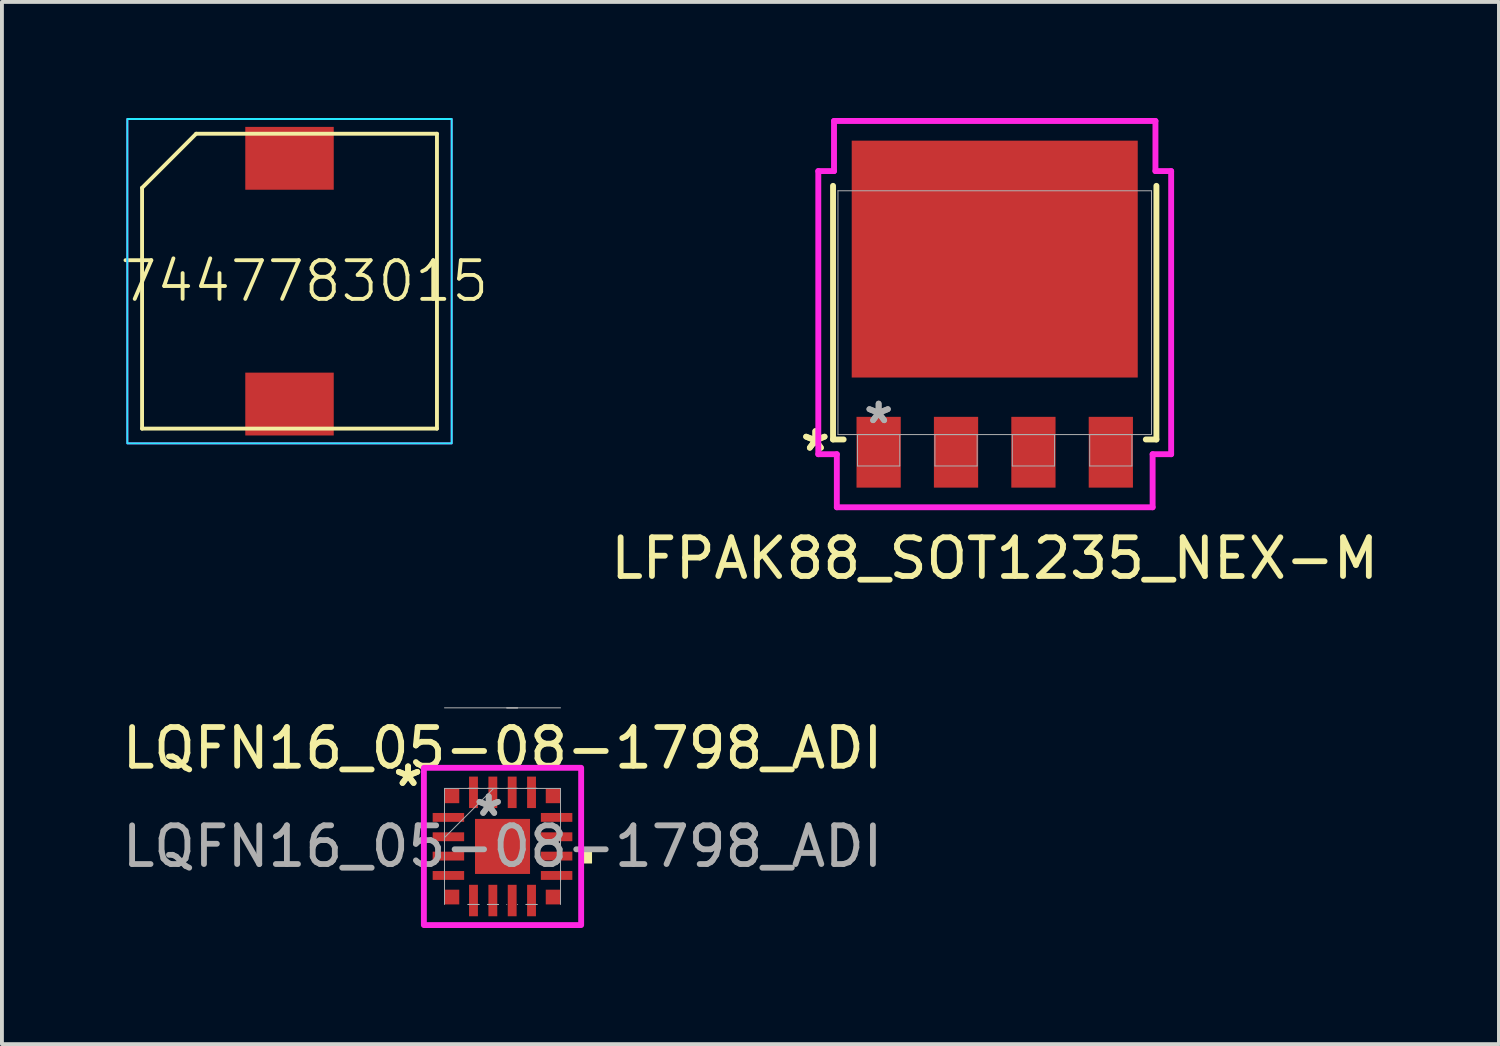
<source format=kicad_pcb>
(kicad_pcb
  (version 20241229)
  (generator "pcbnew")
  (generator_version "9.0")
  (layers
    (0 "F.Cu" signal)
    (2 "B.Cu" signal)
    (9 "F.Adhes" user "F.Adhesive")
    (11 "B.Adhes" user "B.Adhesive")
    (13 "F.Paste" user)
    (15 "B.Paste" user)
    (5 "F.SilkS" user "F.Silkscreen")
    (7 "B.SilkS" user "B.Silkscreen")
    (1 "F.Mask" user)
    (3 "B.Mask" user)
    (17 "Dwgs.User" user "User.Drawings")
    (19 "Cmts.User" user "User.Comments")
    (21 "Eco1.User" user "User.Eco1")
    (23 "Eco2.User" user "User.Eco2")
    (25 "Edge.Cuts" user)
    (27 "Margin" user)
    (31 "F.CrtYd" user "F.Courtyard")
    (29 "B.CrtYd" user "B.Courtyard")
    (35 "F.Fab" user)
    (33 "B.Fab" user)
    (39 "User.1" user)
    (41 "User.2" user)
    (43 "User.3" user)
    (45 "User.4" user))
  (footprint "LFPAK88_SOT1235_NEX-M"
    (layer "F.Cu")
    (at 22.654 5.029)
    (property "Reference" "LFPAK88_SOT1235_NEX-M" (at 0 6.35 0) (unlocked yes) (layer "F.SilkS") (effects (font (size 1 1) (thickness 0.15))))
    (attr smd)
    (fp_line (start -4.178 -3.277) (end -4.178 3.277) (stroke (width 0.152) (type solid)) (layer "F.SilkS"))
    (fp_line (start -4.178 3.277) (end -3.904 3.277) (stroke (width 0.152) (type solid)) (layer "F.SilkS"))
    (fp_line (start 3.904 3.277) (end 4.178 3.277) (stroke (width 0.152) (type solid)) (layer "F.SilkS"))
    (fp_line (start 4.178 3.277) (end 4.178 -3.277) (stroke (width 0.152) (type solid)) (layer "F.SilkS"))
    (fp_line (start -4.559 -3.658) (end -4.153 -3.658) (stroke (width 0.152) (type solid)) (layer "F.CrtYd"))
    (fp_line (start -4.559 3.658) (end -4.559 -3.658) (stroke (width 0.152) (type solid)) (layer "F.CrtYd"))
    (fp_line (start -4.153 -4.953) (end 4.153 -4.953) (stroke (width 0.152) (type solid)) (layer "F.CrtYd"))
    (fp_line (start -4.153 -3.658) (end -4.153 -4.953) (stroke (width 0.152) (type solid)) (layer "F.CrtYd"))
    (fp_line (start -4.08 3.658) (end -4.559 3.658) (stroke (width 0.152) (type solid)) (layer "F.CrtYd"))
    (fp_line (start -4.08 5.029) (end -4.08 3.658) (stroke (width 0.152) (type solid)) (layer "F.CrtYd"))
    (fp_line (start 4.08 3.658) (end 4.08 5.029) (stroke (width 0.152) (type solid)) (layer "F.CrtYd"))
    (fp_line (start 4.08 5.029) (end -4.08 5.029) (stroke (width 0.152) (type solid)) (layer "F.CrtYd"))
    (fp_line (start 4.153 -4.953) (end 4.153 -3.658) (stroke (width 0.152) (type solid)) (layer "F.CrtYd"))
    (fp_line (start 4.153 -3.658) (end 4.559 -3.658) (stroke (width 0.152) (type solid)) (layer "F.CrtYd"))
    (fp_line (start 4.559 -3.658) (end 4.559 3.658) (stroke (width 0.152) (type solid)) (layer "F.CrtYd"))
    (fp_line (start 4.559 3.658) (end 4.08 3.658) (stroke (width 0.152) (type solid)) (layer "F.CrtYd"))
    (fp_line (start -4.051 -3.15) (end -4.051 3.15) (stroke (width 0.025) (type solid)) (layer "F.Fab"))
    (fp_line (start -4.051 3.15) (end 4.051 3.15) (stroke (width 0.025) (type solid)) (layer "F.Fab"))
    (fp_line (start -3.546 3.15) (end -3.546 3.962) (stroke (width 0.025) (type solid)) (layer "F.Fab"))
    (fp_line (start -3.546 3.962) (end -2.454 3.962) (stroke (width 0.025) (type solid)) (layer "F.Fab"))
    (fp_line (start -2.454 3.15) (end -3.546 3.15) (stroke (width 0.025) (type solid)) (layer "F.Fab"))
    (fp_line (start -2.454 3.962) (end -2.454 3.15) (stroke (width 0.025) (type solid)) (layer "F.Fab"))
    (fp_line (start -1.546 3.15) (end -1.546 3.962) (stroke (width 0.025) (type solid)) (layer "F.Fab"))
    (fp_line (start -1.546 3.962) (end -0.454 3.962) (stroke (width 0.025) (type solid)) (layer "F.Fab"))
    (fp_line (start -0.454 3.15) (end -1.546 3.15) (stroke (width 0.025) (type solid)) (layer "F.Fab"))
    (fp_line (start -0.454 3.962) (end -0.454 3.15) (stroke (width 0.025) (type solid)) (layer "F.Fab"))
    (fp_line (start 0.454 3.15) (end 0.454 3.962) (stroke (width 0.025) (type solid)) (layer "F.Fab"))
    (fp_line (start 0.454 3.962) (end 1.546 3.962) (stroke (width 0.025) (type solid)) (layer "F.Fab"))
    (fp_line (start 1.546 3.15) (end 0.454 3.15) (stroke (width 0.025) (type solid)) (layer "F.Fab"))
    (fp_line (start 1.546 3.962) (end 1.546 3.15) (stroke (width 0.025) (type solid)) (layer "F.Fab"))
    (fp_line (start 2.454 3.15) (end 2.454 3.962) (stroke (width 0.025) (type solid)) (layer "F.Fab"))
    (fp_line (start 2.454 3.962) (end 3.546 3.962) (stroke (width 0.025) (type solid)) (layer "F.Fab"))
    (fp_line (start 3.546 3.15) (end 2.454 3.15) (stroke (width 0.025) (type solid)) (layer "F.Fab"))
    (fp_line (start 3.546 3.962) (end 3.546 3.15) (stroke (width 0.025) (type solid)) (layer "F.Fab"))
    (fp_line (start 4.051 -3.15) (end -4.051 -3.15) (stroke (width 0.025) (type solid)) (layer "F.Fab"))
    (fp_line (start 4.051 3.15) (end 4.051 -3.15) (stroke (width 0.025) (type solid)) (layer "F.Fab"))
    (fp_text user "*" (at -4.635 3.607 0) (layer "F.SilkS") (effects (font (size 1 1) (thickness 0.15))))
    (fp_text user "*" (at -4.635 3.607 0) (unlocked yes) (layer "F.SilkS") (effects (font (size 1 1) (thickness 0.15))))
    (fp_text user "*" (at -3 2.896 0) (unlocked yes) (layer "F.Fab") (effects (font (size 1 1) (thickness 0.15))))
    (fp_text user "*" (at -3 2.896 0) (layer "F.Fab") (effects (font (size 1 1) (thickness 0.15))))
    (pad "1" smd rect (at -3 3.607) (size 1.143 1.829) (layers "F.Cu" "F.Mask" "F.Paste"))
    (pad "2" smd rect (at -1 3.607) (size 1.143 1.829) (layers "F.Cu" "F.Mask" "F.Paste"))
    (pad "3" smd rect (at 1 3.607) (size 1.143 1.829) (layers "F.Cu" "F.Mask" "F.Paste"))
    (pad "4" smd rect (at 3 3.607) (size 1.143 1.829) (layers "F.Cu" "F.Mask" "F.Paste"))
    (pad "5" smd rect (at 0 -1.384) (size 7.391 6.121) (layers "F.Cu" "F.Mask" "F.Paste")))
  (footprint "LQFN16_05-08-1798_ADI"
    (layer "F.Cu")
    (at 9.935 18.822)
    (property "Reference" "LQFN16_05-08-1798_ADI" (at 0 -2.54 0) (unlocked yes) (layer "F.SilkS") (effects (font (size 1 1) (thickness 0.15))))
    (attr smd)
    (fp_poly (pts (xy 2.313 0.059) (xy 2.313 0.441) (xy 2.059 0.441) (xy 2.059 0.059)) (stroke (width 0) (type solid)) (fill yes) (layer "F.SilkS"))
    (fp_rect (start -2.032 -2.032) (end 2.032 2.032) (stroke (width 0.152) (type default)) (fill no) (layer "F.CrtYd"))
    (fp_line (start -1.5 -0.89) (end -1.5 -0.61) (stroke (width 0.025) (type solid)) (layer "F.Fab"))
    (fp_line (start -1.5 -0.61) (end -1.499 -0.61) (stroke (width 0.025) (type solid)) (layer "F.Fab"))
    (fp_line (start -1.5 -0.39) (end -1.5 -0.11) (stroke (width 0.025) (type solid)) (layer "F.Fab"))
    (fp_line (start -1.5 -0.11) (end -1.499 -0.11) (stroke (width 0.025) (type solid)) (layer "F.Fab"))
    (fp_line (start -1.5 0.11) (end -1.5 0.39) (stroke (width 0.025) (type solid)) (layer "F.Fab"))
    (fp_line (start -1.5 0.39) (end -1.499 0.39) (stroke (width 0.025) (type solid)) (layer "F.Fab"))
    (fp_line (start -1.5 0.61) (end -1.5 0.89) (stroke (width 0.025) (type solid)) (layer "F.Fab"))
    (fp_line (start -1.5 0.89) (end -1.499 0.89) (stroke (width 0.025) (type solid)) (layer "F.Fab"))
    (fp_line (start -1.499 -3.581) (end 1.499 -3.581) (stroke (width 0.025) (type solid)) (layer "F.Fab"))
    (fp_line (start -1.499 -1.499) (end -1.499 1.499) (stroke (width 0.025) (type solid)) (layer "F.Fab"))
    (fp_line (start -1.499 -0.89) (end -1.5 -0.89) (stroke (width 0.025) (type solid)) (layer "F.Fab"))
    (fp_line (start -1.499 -0.61) (end -1.499 -0.89) (stroke (width 0.025) (type solid)) (layer "F.Fab"))
    (fp_line (start -1.499 -0.39) (end -1.5 -0.39) (stroke (width 0.025) (type solid)) (layer "F.Fab"))
    (fp_line (start -1.499 -0.229) (end -0.229 -1.499) (stroke (width 0.025) (type solid)) (layer "F.Fab"))
    (fp_line (start -1.499 -0.11) (end -1.499 -0.39) (stroke (width 0.025) (type solid)) (layer "F.Fab"))
    (fp_line (start -1.499 0.11) (end -1.5 0.11) (stroke (width 0.025) (type solid)) (layer "F.Fab"))
    (fp_line (start -1.499 0.39) (end -1.499 0.11) (stroke (width 0.025) (type solid)) (layer "F.Fab"))
    (fp_line (start -1.499 0.61) (end -1.5 0.61) (stroke (width 0.025) (type solid)) (layer "F.Fab"))
    (fp_line (start -1.499 0.89) (end -1.499 0.61) (stroke (width 0.025) (type solid)) (layer "F.Fab"))
    (fp_line (start -0.89 -1.5) (end -0.89 -1.499) (stroke (width 0.025) (type solid)) (layer "F.Fab"))
    (fp_line (start -0.89 -1.499) (end -0.61 -1.499) (stroke (width 0.025) (type solid)) (layer "F.Fab"))
    (fp_line (start -0.89 1.499) (end -0.89 1.5) (stroke (width 0.025) (type solid)) (layer "F.Fab"))
    (fp_line (start -0.89 1.5) (end -0.61 1.5) (stroke (width 0.025) (type solid)) (layer "F.Fab"))
    (fp_line (start -0.61 -1.5) (end -0.89 -1.5) (stroke (width 0.025) (type solid)) (layer "F.Fab"))
    (fp_line (start -0.61 -1.499) (end -0.61 -1.5) (stroke (width 0.025) (type solid)) (layer "F.Fab"))
    (fp_line (start -0.61 1.499) (end -0.89 1.499) (stroke (width 0.025) (type solid)) (layer "F.Fab"))
    (fp_line (start -0.61 1.5) (end -0.61 1.499) (stroke (width 0.025) (type solid)) (layer "F.Fab"))
    (fp_line (start -0.39 -1.5) (end -0.39 -1.499) (stroke (width 0.025) (type solid)) (layer "F.Fab"))
    (fp_line (start -0.39 -1.499) (end -0.11 -1.499) (stroke (width 0.025) (type solid)) (layer "F.Fab"))
    (fp_line (start -0.39 1.499) (end -0.39 1.5) (stroke (width 0.025) (type solid)) (layer "F.Fab"))
    (fp_line (start -0.39 1.5) (end -0.11 1.5) (stroke (width 0.025) (type solid)) (layer "F.Fab"))
    (fp_line (start -0.11 -1.5) (end -0.39 -1.5) (stroke (width 0.025) (type solid)) (layer "F.Fab"))
    (fp_line (start -0.11 -1.499) (end -0.11 -1.5) (stroke (width 0.025) (type solid)) (layer "F.Fab"))
    (fp_line (start -0.11 1.499) (end -0.39 1.499) (stroke (width 0.025) (type solid)) (layer "F.Fab"))
    (fp_line (start -0.11 1.5) (end -0.11 1.499) (stroke (width 0.025) (type solid)) (layer "F.Fab"))
    (fp_line (start 0.11 -3.58) (end 0.39 -3.58) (stroke (width 0.025) (type solid)) (layer "F.Fab"))
    (fp_line (start 0.11 -1.5) (end 0.11 -1.499) (stroke (width 0.025) (type solid)) (layer "F.Fab"))
    (fp_line (start 0.11 -1.499) (end 0.39 -1.499) (stroke (width 0.025) (type solid)) (layer "F.Fab"))
    (fp_line (start 0.11 1.499) (end 0.11 1.5) (stroke (width 0.025) (type solid)) (layer "F.Fab"))
    (fp_line (start 0.39 -3.581) (end 0.11 -3.581) (stroke (width 0.025) (type solid)) (layer "F.Fab"))
    (fp_line (start 0.39 -1.5) (end 0.11 -1.5) (stroke (width 0.025) (type solid)) (layer "F.Fab"))
    (fp_line (start 0.39 -1.499) (end 0.39 -1.5) (stroke (width 0.025) (type solid)) (layer "F.Fab"))
    (fp_line (start 0.39 1.5) (end 0.39 1.499) (stroke (width 0.025) (type solid)) (layer "F.Fab"))
    (fp_line (start 0.61 -1.5) (end 0.61 -1.499) (stroke (width 0.025) (type solid)) (layer "F.Fab"))
    (fp_line (start 0.61 -1.499) (end 0.89 -1.499) (stroke (width 0.025) (type solid)) (layer "F.Fab"))
    (fp_line (start 0.61 1.499) (end 0.61 1.5) (stroke (width 0.025) (type solid)) (layer "F.Fab"))
    (fp_line (start 0.61 1.5) (end 0.89 1.5) (stroke (width 0.025) (type solid)) (layer "F.Fab"))
    (fp_line (start 0.89 -1.5) (end 0.61 -1.5) (stroke (width 0.025) (type solid)) (layer "F.Fab"))
    (fp_line (start 0.89 -1.499) (end 0.89 -1.5) (stroke (width 0.025) (type solid)) (layer "F.Fab"))
    (fp_line (start 0.89 1.499) (end 0.61 1.499) (stroke (width 0.025) (type solid)) (layer "F.Fab"))
    (fp_line (start 0.89 1.5) (end 0.89 1.499) (stroke (width 0.025) (type solid)) (layer "F.Fab"))
    (fp_line (start 1.499 -1.499) (end -1.499 -1.499) (stroke (width 0.025) (type solid)) (layer "F.Fab"))
    (fp_line (start 1.499 -0.89) (end 1.499 -0.61) (stroke (width 0.025) (type solid)) (layer "F.Fab"))
    (fp_line (start 1.499 -0.61) (end 1.5 -0.61) (stroke (width 0.025) (type solid)) (layer "F.Fab"))
    (fp_line (start 1.499 -0.39) (end 1.499 -0.11) (stroke (width 0.025) (type solid)) (layer "F.Fab"))
    (fp_line (start 1.499 -0.11) (end 1.5 -0.11) (stroke (width 0.025) (type solid)) (layer "F.Fab"))
    (fp_line (start 1.499 0.11) (end 1.499 0.39) (stroke (width 0.025) (type solid)) (layer "F.Fab"))
    (fp_line (start 1.499 0.39) (end 1.5 0.39) (stroke (width 0.025) (type solid)) (layer "F.Fab"))
    (fp_line (start 1.499 0.61) (end 1.499 0.89) (stroke (width 0.025) (type solid)) (layer "F.Fab"))
    (fp_line (start 1.499 0.89) (end 1.5 0.89) (stroke (width 0.025) (type solid)) (layer "F.Fab"))
    (fp_line (start 1.499 1.499) (end 1.499 -1.499) (stroke (width 0.025) (type solid)) (layer "F.Fab"))
    (fp_line (start 1.5 -0.89) (end 1.499 -0.89) (stroke (width 0.025) (type solid)) (layer "F.Fab"))
    (fp_line (start 1.5 -0.61) (end 1.5 -0.89) (stroke (width 0.025) (type solid)) (layer "F.Fab"))
    (fp_line (start 1.5 -0.39) (end 1.499 -0.39) (stroke (width 0.025) (type solid)) (layer "F.Fab"))
    (fp_line (start 1.5 -0.11) (end 1.5 -0.39) (stroke (width 0.025) (type solid)) (layer "F.Fab"))
    (fp_line (start 1.5 0.11) (end 1.499 0.11) (stroke (width 0.025) (type solid)) (layer "F.Fab"))
    (fp_line (start 1.5 0.39) (end 1.5 0.11) (stroke (width 0.025) (type solid)) (layer "F.Fab"))
    (fp_line (start 1.5 0.61) (end 1.499 0.61) (stroke (width 0.025) (type solid)) (layer "F.Fab"))
    (fp_line (start 1.5 0.89) (end 1.5 0.61) (stroke (width 0.025) (type solid)) (layer "F.Fab"))
    (fp_text user "*" (at -2.44 -1.524 0) (layer "F.SilkS") (effects (font (size 1 1) (thickness 0.15))))
    (fp_text user "*" (at -2.44 -1.524 0) (unlocked yes) (layer "F.SilkS") (effects (font (size 1 1) (thickness 0.15))))
    (fp_text user "${REFERENCE}" (at 0 0 0) (unlocked yes) (layer "F.Fab") (effects (font (size 1 1) (thickness 0.15))))
    (fp_text user "*" (at -0.357 -0.75 0) (unlocked yes) (layer "F.Fab") (effects (font (size 1 1) (thickness 0.15))))
    (fp_text user "*" (at -0.357 -0.75 0) (layer "F.Fab") (effects (font (size 1 1) (thickness 0.15))))
    (pad "1" smd rect (at -1.398 -0.75 90) (size 0.229 0.813) (layers "F.Cu" "F.Mask" "F.Paste"))
    (pad "2" smd rect (at -1.398 -0.25 90) (size 0.229 0.813) (layers "F.Cu" "F.Mask" "F.Paste"))
    (pad "3" smd rect (at -1.398 0.25 90) (size 0.229 0.813) (layers "F.Cu" "F.Mask" "F.Paste"))
    (pad "4" smd rect (at -1.398 0.75 90) (size 0.229 0.813) (layers "F.Cu" "F.Mask" "F.Paste"))
    (pad "5" smd rect (at -0.75 1.398) (size 0.229 0.813) (layers "F.Cu" "F.Mask" "F.Paste"))
    (pad "6" smd rect (at -0.25 1.398) (size 0.229 0.813) (layers "F.Cu" "F.Mask" "F.Paste"))
    (pad "7" smd rect (at 0.25 1.398) (size 0.229 0.813) (layers "F.Cu" "F.Mask" "F.Paste"))
    (pad "8" smd rect (at 0.75 1.398) (size 0.229 0.813) (layers "F.Cu" "F.Mask" "F.Paste"))
    (pad "9" smd rect (at 1.398 0.75 90) (size 0.229 0.813) (layers "F.Cu" "F.Mask" "F.Paste"))
    (pad "10" smd rect (at 1.398 0.25 90) (size 0.229 0.813) (layers "F.Cu" "F.Mask" "F.Paste"))
    (pad "11" smd rect (at 1.398 -0.25 90) (size 0.229 0.813) (layers "F.Cu" "F.Mask" "F.Paste"))
    (pad "12" smd rect (at 1.398 -0.75 90) (size 0.229 0.813) (layers "F.Cu" "F.Mask" "F.Paste"))
    (pad "13" smd rect (at 0.75 -1.398) (size 0.229 0.813) (layers "F.Cu" "F.Mask" "F.Paste"))
    (pad "14" smd rect (at 0.25 -1.398) (size 0.229 0.813) (layers "F.Cu" "F.Mask" "F.Paste"))
    (pad "15" smd rect (at -0.25 -1.398) (size 0.229 0.813) (layers "F.Cu" "F.Mask" "F.Paste"))
    (pad "16" smd rect (at -0.75 -1.398) (size 0.229 0.813) (layers "F.Cu" "F.Mask" "F.Paste"))
    (pad "17" smd rect (at 0 0) (size 1.422 1.422) (layers "F.Cu" "F.Mask" "F.Paste"))
    (pad "18" smd rect (at -1.308 -1.308) (size 0.381 0.381) (layers "F.Cu" "F.Mask" "F.Paste"))
    (pad "19" smd rect (at 1.308 -1.308) (size 0.381 0.381) (layers "F.Cu" "F.Mask" "F.Paste"))
    (pad "20" smd rect (at -1.308 1.308) (size 0.381 0.381) (layers "F.Cu" "F.Mask" "F.Paste"))
    (pad "21" smd rect (at 1.308 1.308) (size 0.381 0.381) (layers "F.Cu" "F.Mask" "F.Paste")))
  (footprint "7447783015"
    (layer "F.Cu")
    (at 4.431 4.216)
    (property "Reference" "7447783015" (at 0.381 0 0) (unlocked yes) (layer "F.SilkS") (effects (font (size 1 1) (thickness 0.1))))
    (attr smd)
    (fp_line (start -3.81 -2.413) (end -3.81 3.81) (stroke (width 0.1) (type default)) (layer "F.SilkS"))
    (fp_line (start -3.81 3.81) (end 3.81 3.81) (stroke (width 0.1) (type default)) (layer "F.SilkS"))
    (fp_line (start -2.413 -3.81) (end -3.81 -2.413) (stroke (width 0.1) (type default)) (layer "F.SilkS"))
    (fp_line (start -2.413 -3.81) (end 3.81 -3.81) (stroke (width 0.1) (type default)) (layer "F.SilkS"))
    (fp_line (start 3.81 -3.81) (end 3.81 3.81) (stroke (width 0.1) (type default)) (layer "F.SilkS"))
    (fp_rect (start -4.191 -4.191) (end 4.191 4.191) (stroke (width 0.05) (type default)) (fill no) (layer "B.CrtYd"))
    (fp_rect (start -4.191 -4.191) (end 4.191 4.191) (stroke (width 0.05) (type default)) (fill no) (layer "F.CrtYd"))
    (pad "1" smd rect (at 0 -3.175) (size 2.286 1.624) (layers "F.Cu" "F.Mask" "F.Paste"))
    (pad "2" smd rect (at 0 3.175) (size 2.286 1.624) (layers "F.Cu" "F.Mask" "F.Paste")))
  (gr_rect
    (start -3 -3)
    (end 35.683 23.93)
    (stroke (width 0.1) (type default))
    (fill no)
    (layer "Edge.Cuts")))
</source>
